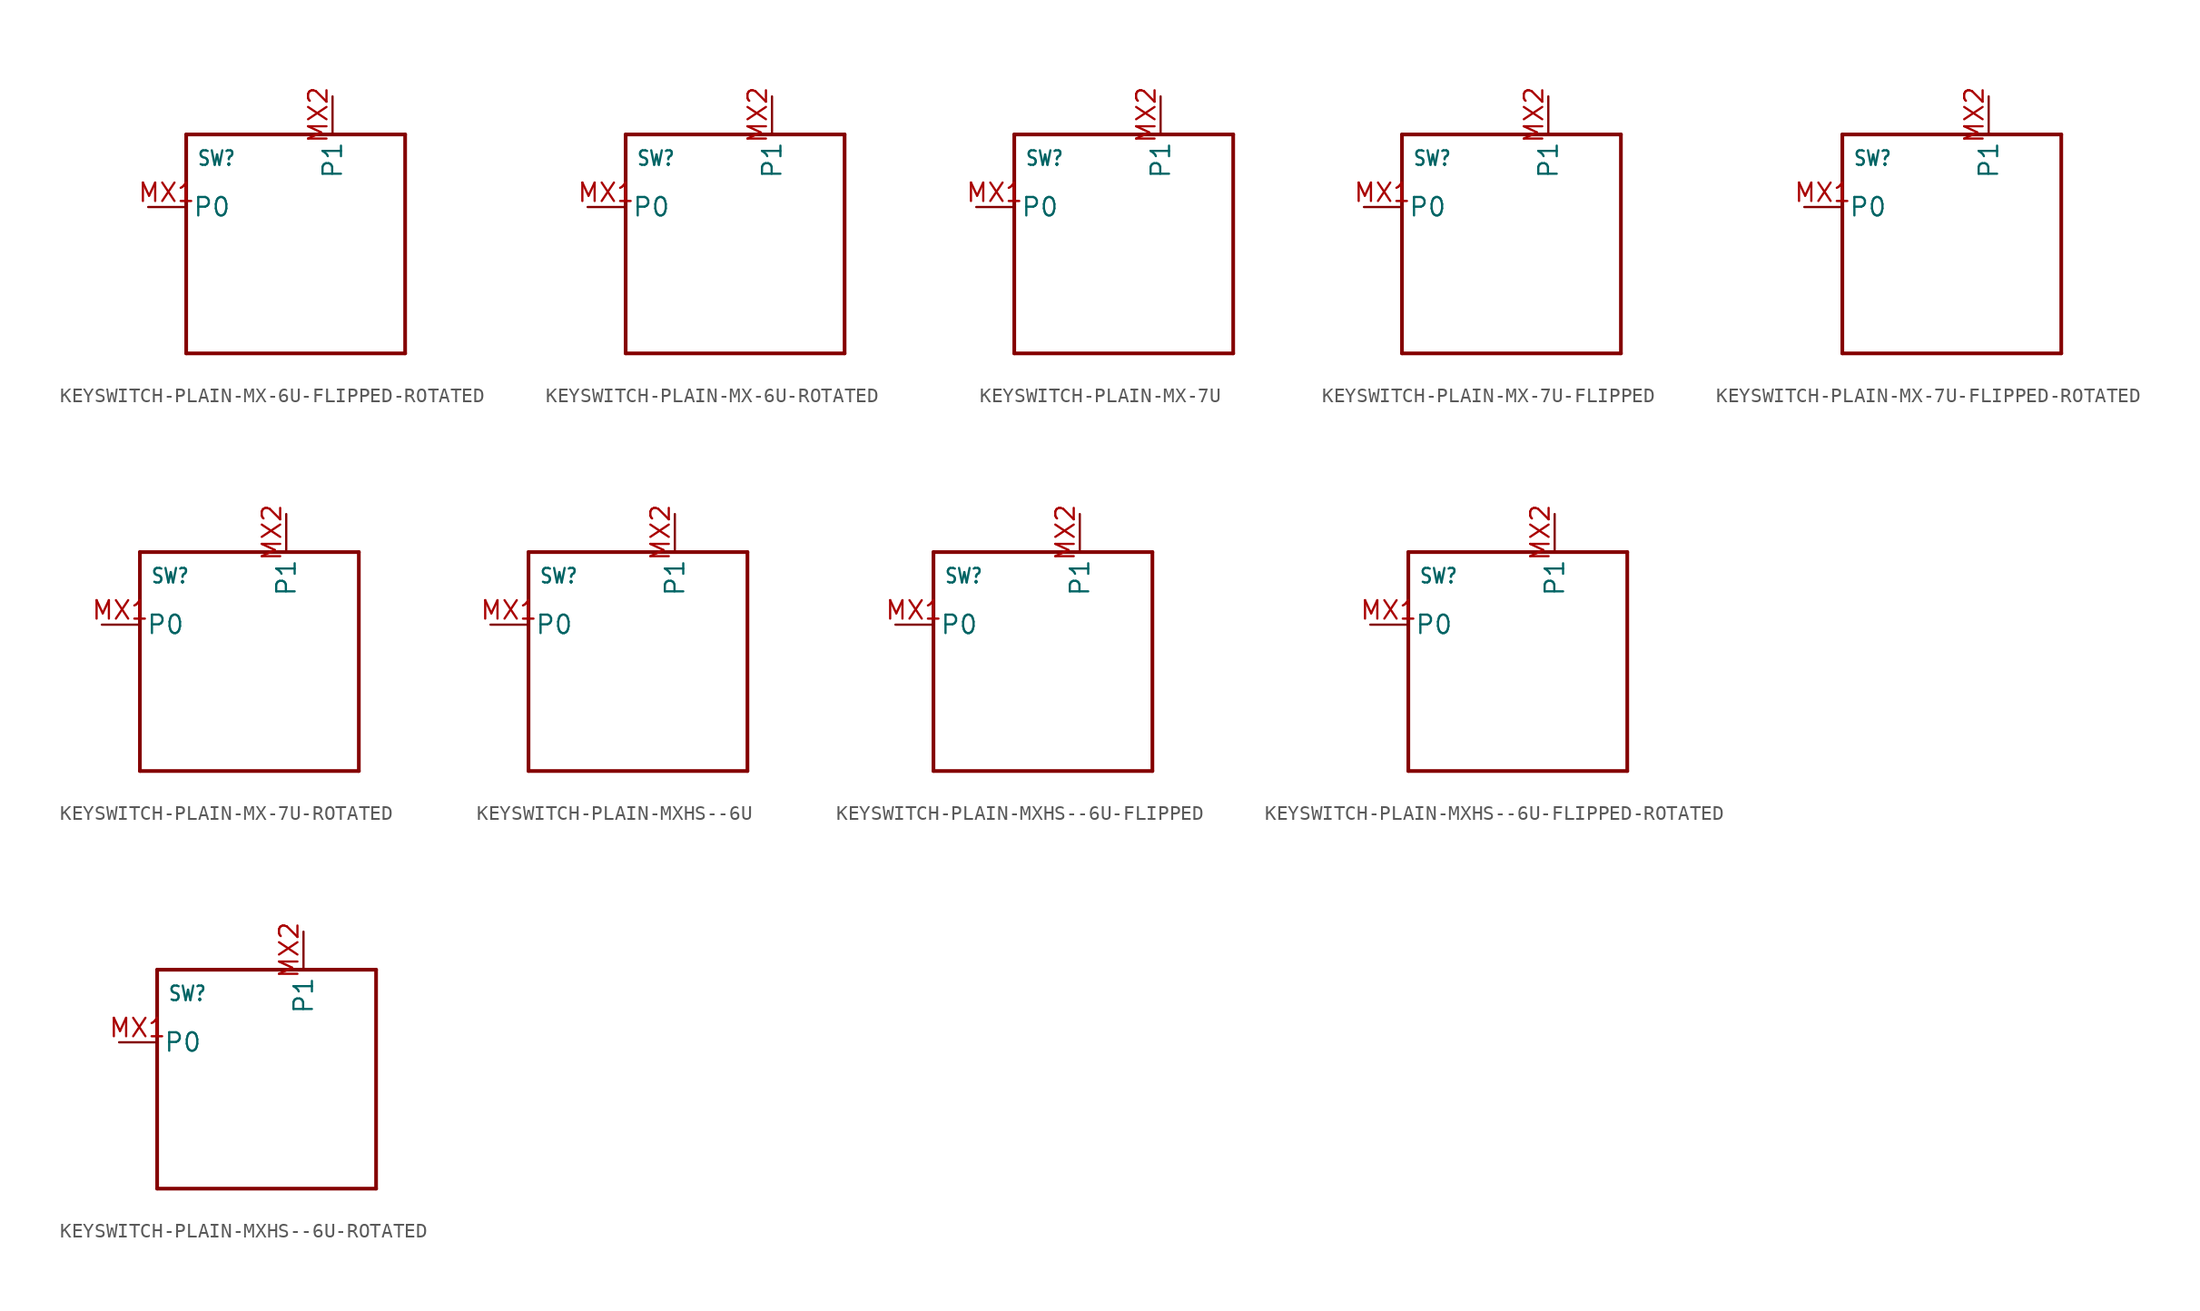
<source format=kicad_sym>
(kicad_symbol_lib
  (version 20211014)
  (generator kicad_symbol_editor)
  (symbol "KEYSWITCH-PLAIN-MX-6U-FLIPPED-ROTATED"
    (property "Reference" "SW"
      (at -6.81 5.318 0)
      (effects (font (size 1 0.85)) (justify left bottom)))
    (property "ki_locked" ""
      (at 0 0 0)
      (effects (font (size 1.27 1.27))))
    (symbol "KEYSWITCH-PLAIN-MX-6U-FLIPPED-ROTATED_1_0"
      (polyline (pts (xy -7.54 -7.54) (xy -7.54 7.54)) (stroke (width 0.254) (type default) (color 0 0 0 0)) (fill (type none)))
      (polyline (pts (xy -7.54 7.54) (xy 7.54 7.54)) (stroke (width 0.254) (type default) (color 0 0 0 0)) (fill (type none)))
      (polyline (pts (xy 7.54 -7.54) (xy -7.54 -7.54)) (stroke (width 0.254) (type default) (color 0 0 0 0)) (fill (type none)))
      (polyline (pts (xy 7.54 7.54) (xy 7.54 -7.54)) (stroke (width 0.254) (type default) (color 0 0 0 0)) (fill (type none)))
      (pin bidirectional line (at -10.16 2.54 0) (length 2.54) (name "P0" (effects (font (size 1.27 1.27)))) (number "MX1" (effects (font (size 1.27 1.27)))))
      (pin bidirectional line (at 2.54 10.16 270) (length 2.54) (name "P1" (effects (font (size 1.27 1.27)))) (number "MX2" (effects (font (size 1.27 1.27)))))))
  (symbol "KEYSWITCH-PLAIN-MX-6U-ROTATED"
    (property "Reference" "SW"
      (at -6.81 5.318 0)
      (effects (font (size 1 0.85)) (justify left bottom)))
    (property "ki_locked" ""
      (at 0 0 0)
      (effects (font (size 1.27 1.27))))
    (symbol "KEYSWITCH-PLAIN-MX-6U-ROTATED_1_0"
      (polyline (pts (xy -7.54 -7.54) (xy -7.54 7.54)) (stroke (width 0.254) (type default) (color 0 0 0 0)) (fill (type none)))
      (polyline (pts (xy -7.54 7.54) (xy 7.54 7.54)) (stroke (width 0.254) (type default) (color 0 0 0 0)) (fill (type none)))
      (polyline (pts (xy 7.54 -7.54) (xy -7.54 -7.54)) (stroke (width 0.254) (type default) (color 0 0 0 0)) (fill (type none)))
      (polyline (pts (xy 7.54 7.54) (xy 7.54 -7.54)) (stroke (width 0.254) (type default) (color 0 0 0 0)) (fill (type none)))
      (pin bidirectional line (at -10.16 2.54 0) (length 2.54) (name "P0" (effects (font (size 1.27 1.27)))) (number "MX1" (effects (font (size 1.27 1.27)))))
      (pin bidirectional line (at 2.54 10.16 270) (length 2.54) (name "P1" (effects (font (size 1.27 1.27)))) (number "MX2" (effects (font (size 1.27 1.27)))))))
  (symbol "KEYSWITCH-PLAIN-MX-7U"
    (property "Reference" "SW"
      (at -6.81 5.318 0)
      (effects (font (size 1 0.85)) (justify left bottom)))
    (property "ki_locked" ""
      (at 0 0 0)
      (effects (font (size 1.27 1.27))))
    (symbol "KEYSWITCH-PLAIN-MX-7U_1_0"
      (polyline (pts (xy -7.54 -7.54) (xy -7.54 7.54)) (stroke (width 0.254) (type default) (color 0 0 0 0)) (fill (type none)))
      (polyline (pts (xy -7.54 7.54) (xy 7.54 7.54)) (stroke (width 0.254) (type default) (color 0 0 0 0)) (fill (type none)))
      (polyline (pts (xy 7.54 -7.54) (xy -7.54 -7.54)) (stroke (width 0.254) (type default) (color 0 0 0 0)) (fill (type none)))
      (polyline (pts (xy 7.54 7.54) (xy 7.54 -7.54)) (stroke (width 0.254) (type default) (color 0 0 0 0)) (fill (type none)))
      (pin bidirectional line (at -10.16 2.54 0) (length 2.54) (name "P0" (effects (font (size 1.27 1.27)))) (number "MX1" (effects (font (size 1.27 1.27)))))
      (pin bidirectional line (at 2.54 10.16 270) (length 2.54) (name "P1" (effects (font (size 1.27 1.27)))) (number "MX2" (effects (font (size 1.27 1.27)))))))
  (symbol "KEYSWITCH-PLAIN-MX-7U-FLIPPED"
    (property "Reference" "SW"
      (at -6.81 5.318 0)
      (effects (font (size 1 0.85)) (justify left bottom)))
    (property "ki_locked" ""
      (at 0 0 0)
      (effects (font (size 1.27 1.27))))
    (symbol "KEYSWITCH-PLAIN-MX-7U-FLIPPED_1_0"
      (polyline (pts (xy -7.54 -7.54) (xy -7.54 7.54)) (stroke (width 0.254) (type default) (color 0 0 0 0)) (fill (type none)))
      (polyline (pts (xy -7.54 7.54) (xy 7.54 7.54)) (stroke (width 0.254) (type default) (color 0 0 0 0)) (fill (type none)))
      (polyline (pts (xy 7.54 -7.54) (xy -7.54 -7.54)) (stroke (width 0.254) (type default) (color 0 0 0 0)) (fill (type none)))
      (polyline (pts (xy 7.54 7.54) (xy 7.54 -7.54)) (stroke (width 0.254) (type default) (color 0 0 0 0)) (fill (type none)))
      (pin bidirectional line (at -10.16 2.54 0) (length 2.54) (name "P0" (effects (font (size 1.27 1.27)))) (number "MX1" (effects (font (size 1.27 1.27)))))
      (pin bidirectional line (at 2.54 10.16 270) (length 2.54) (name "P1" (effects (font (size 1.27 1.27)))) (number "MX2" (effects (font (size 1.27 1.27)))))))
  (symbol "KEYSWITCH-PLAIN-MX-7U-FLIPPED-ROTATED"
    (property "Reference" "SW"
      (at -6.81 5.318 0)
      (effects (font (size 1 0.85)) (justify left bottom)))
    (property "ki_locked" ""
      (at 0 0 0)
      (effects (font (size 1.27 1.27))))
    (symbol "KEYSWITCH-PLAIN-MX-7U-FLIPPED-ROTATED_1_0"
      (polyline (pts (xy -7.54 -7.54) (xy -7.54 7.54)) (stroke (width 0.254) (type default) (color 0 0 0 0)) (fill (type none)))
      (polyline (pts (xy -7.54 7.54) (xy 7.54 7.54)) (stroke (width 0.254) (type default) (color 0 0 0 0)) (fill (type none)))
      (polyline (pts (xy 7.54 -7.54) (xy -7.54 -7.54)) (stroke (width 0.254) (type default) (color 0 0 0 0)) (fill (type none)))
      (polyline (pts (xy 7.54 7.54) (xy 7.54 -7.54)) (stroke (width 0.254) (type default) (color 0 0 0 0)) (fill (type none)))
      (pin bidirectional line (at -10.16 2.54 0) (length 2.54) (name "P0" (effects (font (size 1.27 1.27)))) (number "MX1" (effects (font (size 1.27 1.27)))))
      (pin bidirectional line (at 2.54 10.16 270) (length 2.54) (name "P1" (effects (font (size 1.27 1.27)))) (number "MX2" (effects (font (size 1.27 1.27)))))))
  (symbol "KEYSWITCH-PLAIN-MX-7U-ROTATED"
    (property "Reference" "SW"
      (at -6.81 5.318 0)
      (effects (font (size 1 0.85)) (justify left bottom)))
    (property "ki_locked" ""
      (at 0 0 0)
      (effects (font (size 1.27 1.27))))
    (symbol "KEYSWITCH-PLAIN-MX-7U-ROTATED_1_0"
      (polyline (pts (xy -7.54 -7.54) (xy -7.54 7.54)) (stroke (width 0.254) (type default) (color 0 0 0 0)) (fill (type none)))
      (polyline (pts (xy -7.54 7.54) (xy 7.54 7.54)) (stroke (width 0.254) (type default) (color 0 0 0 0)) (fill (type none)))
      (polyline (pts (xy 7.54 -7.54) (xy -7.54 -7.54)) (stroke (width 0.254) (type default) (color 0 0 0 0)) (fill (type none)))
      (polyline (pts (xy 7.54 7.54) (xy 7.54 -7.54)) (stroke (width 0.254) (type default) (color 0 0 0 0)) (fill (type none)))
      (pin bidirectional line (at -10.16 2.54 0) (length 2.54) (name "P0" (effects (font (size 1.27 1.27)))) (number "MX1" (effects (font (size 1.27 1.27)))))
      (pin bidirectional line (at 2.54 10.16 270) (length 2.54) (name "P1" (effects (font (size 1.27 1.27)))) (number "MX2" (effects (font (size 1.27 1.27)))))))
  (symbol "KEYSWITCH-PLAIN-MXHS--6U"
    (property "Reference" "SW"
      (at -6.81 5.318 0)
      (effects (font (size 1 0.85)) (justify left bottom)))
    (property "ki_locked" ""
      (at 0 0 0)
      (effects (font (size 1.27 1.27))))
    (symbol "KEYSWITCH-PLAIN-MXHS--6U_1_0"
      (polyline (pts (xy -7.54 -7.54) (xy -7.54 7.54)) (stroke (width 0.254) (type default) (color 0 0 0 0)) (fill (type none)))
      (polyline (pts (xy -7.54 7.54) (xy 7.54 7.54)) (stroke (width 0.254) (type default) (color 0 0 0 0)) (fill (type none)))
      (polyline (pts (xy 7.54 -7.54) (xy -7.54 -7.54)) (stroke (width 0.254) (type default) (color 0 0 0 0)) (fill (type none)))
      (polyline (pts (xy 7.54 7.54) (xy 7.54 -7.54)) (stroke (width 0.254) (type default) (color 0 0 0 0)) (fill (type none)))
      (pin bidirectional line (at -10.16 2.54 0) (length 2.54) (name "P0" (effects (font (size 1.27 1.27)))) (number "MX1" (effects (font (size 1.27 1.27)))))
      (pin bidirectional line (at 2.54 10.16 270) (length 2.54) (name "P1" (effects (font (size 1.27 1.27)))) (number "MX2" (effects (font (size 1.27 1.27)))))))
  (symbol "KEYSWITCH-PLAIN-MXHS--6U-FLIPPED"
    (property "Reference" "SW"
      (at -6.81 5.318 0)
      (effects (font (size 1 0.85)) (justify left bottom)))
    (property "ki_locked" ""
      (at 0 0 0)
      (effects (font (size 1.27 1.27))))
    (symbol "KEYSWITCH-PLAIN-MXHS--6U-FLIPPED_1_0"
      (polyline (pts (xy -7.54 -7.54) (xy -7.54 7.54)) (stroke (width 0.254) (type default) (color 0 0 0 0)) (fill (type none)))
      (polyline (pts (xy -7.54 7.54) (xy 7.54 7.54)) (stroke (width 0.254) (type default) (color 0 0 0 0)) (fill (type none)))
      (polyline (pts (xy 7.54 -7.54) (xy -7.54 -7.54)) (stroke (width 0.254) (type default) (color 0 0 0 0)) (fill (type none)))
      (polyline (pts (xy 7.54 7.54) (xy 7.54 -7.54)) (stroke (width 0.254) (type default) (color 0 0 0 0)) (fill (type none)))
      (pin bidirectional line (at -10.16 2.54 0) (length 2.54) (name "P0" (effects (font (size 1.27 1.27)))) (number "MX1" (effects (font (size 1.27 1.27)))))
      (pin bidirectional line (at 2.54 10.16 270) (length 2.54) (name "P1" (effects (font (size 1.27 1.27)))) (number "MX2" (effects (font (size 1.27 1.27)))))))
  (symbol "KEYSWITCH-PLAIN-MXHS--6U-FLIPPED-ROTATED"
    (property "Reference" "SW"
      (at -6.81 5.318 0)
      (effects (font (size 1 0.85)) (justify left bottom)))
    (property "ki_locked" ""
      (at 0 0 0)
      (effects (font (size 1.27 1.27))))
    (symbol "KEYSWITCH-PLAIN-MXHS--6U-FLIPPED-ROTATED_1_0"
      (polyline (pts (xy -7.54 -7.54) (xy -7.54 7.54)) (stroke (width 0.254) (type default) (color 0 0 0 0)) (fill (type none)))
      (polyline (pts (xy -7.54 7.54) (xy 7.54 7.54)) (stroke (width 0.254) (type default) (color 0 0 0 0)) (fill (type none)))
      (polyline (pts (xy 7.54 -7.54) (xy -7.54 -7.54)) (stroke (width 0.254) (type default) (color 0 0 0 0)) (fill (type none)))
      (polyline (pts (xy 7.54 7.54) (xy 7.54 -7.54)) (stroke (width 0.254) (type default) (color 0 0 0 0)) (fill (type none)))
      (pin bidirectional line (at -10.16 2.54 0) (length 2.54) (name "P0" (effects (font (size 1.27 1.27)))) (number "MX1" (effects (font (size 1.27 1.27)))))
      (pin bidirectional line (at 2.54 10.16 270) (length 2.54) (name "P1" (effects (font (size 1.27 1.27)))) (number "MX2" (effects (font (size 1.27 1.27)))))))
  (symbol "KEYSWITCH-PLAIN-MXHS--6U-ROTATED"
    (property "Reference" "SW"
      (at -6.81 5.318 0)
      (effects (font (size 1 0.85)) (justify left bottom)))
    (property "ki_locked" ""
      (at 0 0 0)
      (effects (font (size 1.27 1.27))))
    (symbol "KEYSWITCH-PLAIN-MXHS--6U-ROTATED_1_0"
      (polyline (pts (xy -7.54 -7.54) (xy -7.54 7.54)) (stroke (width 0.254) (type default) (color 0 0 0 0)) (fill (type none)))
      (polyline (pts (xy -7.54 7.54) (xy 7.54 7.54)) (stroke (width 0.254) (type default) (color 0 0 0 0)) (fill (type none)))
      (polyline (pts (xy 7.54 -7.54) (xy -7.54 -7.54)) (stroke (width 0.254) (type default) (color 0 0 0 0)) (fill (type none)))
      (polyline (pts (xy 7.54 7.54) (xy 7.54 -7.54)) (stroke (width 0.254) (type default) (color 0 0 0 0)) (fill (type none)))
      (pin bidirectional line (at -10.16 2.54 0) (length 2.54) (name "P0" (effects (font (size 1.27 1.27)))) (number "MX1" (effects (font (size 1.27 1.27)))))
      (pin bidirectional line (at 2.54 10.16 270) (length 2.54) (name "P1" (effects (font (size 1.27 1.27)))) (number "MX2" (effects (font (size 1.27 1.27))))))))
</source>
